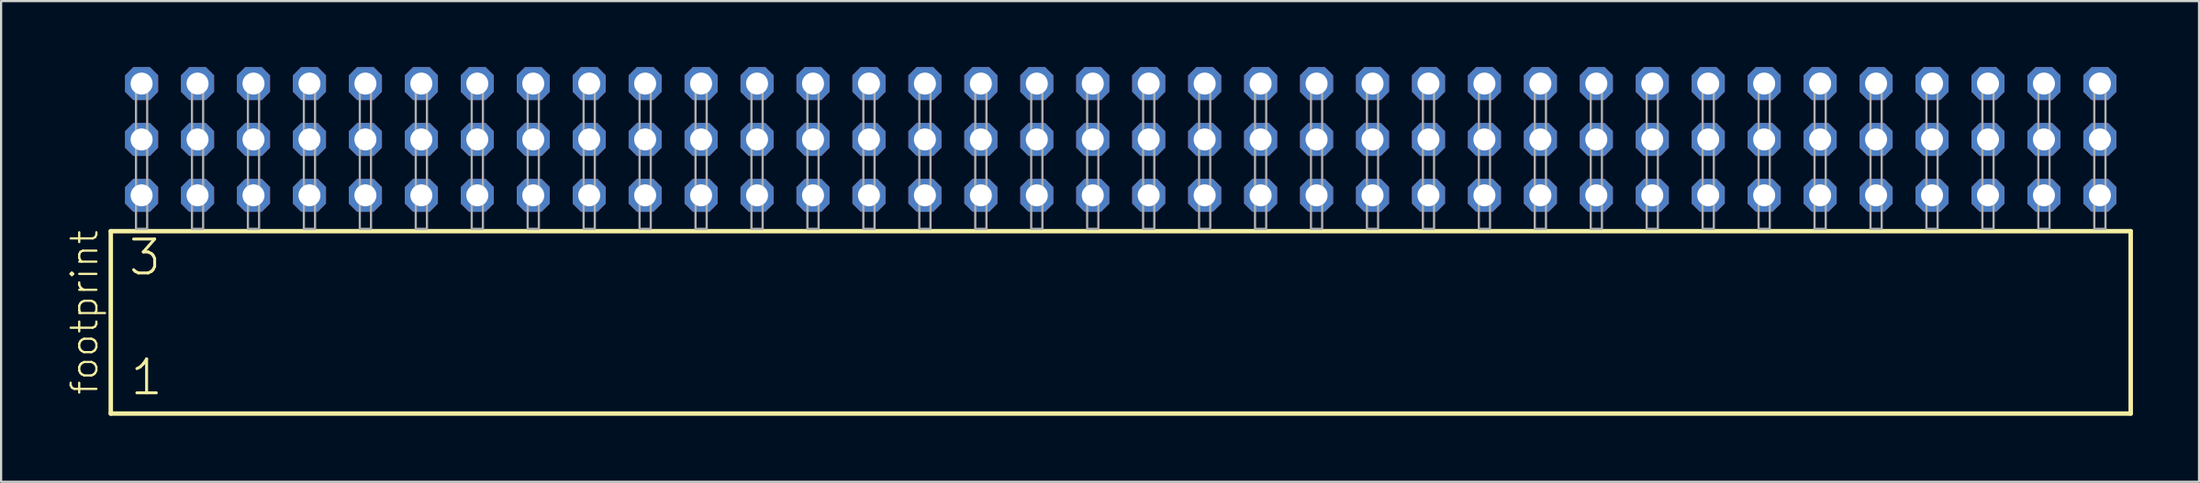
<source format=kicad_pcb>
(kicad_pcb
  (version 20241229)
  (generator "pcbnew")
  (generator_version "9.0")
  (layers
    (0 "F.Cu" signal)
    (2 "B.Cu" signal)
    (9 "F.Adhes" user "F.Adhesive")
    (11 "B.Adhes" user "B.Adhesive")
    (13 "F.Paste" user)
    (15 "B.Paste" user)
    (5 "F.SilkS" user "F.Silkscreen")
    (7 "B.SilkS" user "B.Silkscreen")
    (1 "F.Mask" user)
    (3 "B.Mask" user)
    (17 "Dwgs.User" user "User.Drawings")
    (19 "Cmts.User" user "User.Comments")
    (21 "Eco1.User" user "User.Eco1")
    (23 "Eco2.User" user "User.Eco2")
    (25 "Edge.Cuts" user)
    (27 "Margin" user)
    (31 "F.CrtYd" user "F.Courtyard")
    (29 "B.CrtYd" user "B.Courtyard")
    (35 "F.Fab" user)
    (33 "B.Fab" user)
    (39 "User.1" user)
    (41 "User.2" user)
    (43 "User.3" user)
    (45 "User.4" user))
  (footprint "footprint"
    (layer "F.Cu")
    (at 47.828 7.354)
    (property "Reference" "footprint" (at -46.355 7.62 90) (layer "F.SilkS") (effects (font (size 1.168 1.168) (thickness 0.102)) (justify left bottom)))
    (fp_line (start -45.849 0.106) (end -45.849 8.396) (stroke (width 0.203) (type solid)) (layer "F.SilkS"))
    (fp_line (start -45.849 8.396) (end 45.849 8.396) (stroke (width 0.203) (type solid)) (layer "F.SilkS"))
    (fp_line (start 45.849 0.106) (end -45.849 0.106) (stroke (width 0.203) (type solid)) (layer "F.SilkS"))
    (fp_line (start 45.849 8.396) (end 45.849 0.106) (stroke (width 0.203) (type solid)) (layer "F.SilkS"))
    (fp_poly (pts (xy -44.704 0) (xy -44.196 0) (xy -44.196 -6.858) (xy -44.704 -6.858)) (stroke (width 0.1) (type solid)) (fill no) (layer "F.Fab"))
    (fp_poly (pts (xy -42.164 0) (xy -41.656 0) (xy -41.656 -6.858) (xy -42.164 -6.858)) (stroke (width 0.1) (type solid)) (fill no) (layer "F.Fab"))
    (fp_poly (pts (xy -39.624 0) (xy -39.116 0) (xy -39.116 -6.858) (xy -39.624 -6.858)) (stroke (width 0.1) (type solid)) (fill no) (layer "F.Fab"))
    (fp_poly (pts (xy -37.084 0) (xy -36.576 0) (xy -36.576 -6.858) (xy -37.084 -6.858)) (stroke (width 0.1) (type solid)) (fill no) (layer "F.Fab"))
    (fp_poly (pts (xy -34.544 0) (xy -34.036 0) (xy -34.036 -6.858) (xy -34.544 -6.858)) (stroke (width 0.1) (type solid)) (fill no) (layer "F.Fab"))
    (fp_poly (pts (xy -32.004 0) (xy -31.496 0) (xy -31.496 -6.858) (xy -32.004 -6.858)) (stroke (width 0.1) (type solid)) (fill no) (layer "F.Fab"))
    (fp_poly (pts (xy -29.464 0) (xy -28.956 0) (xy -28.956 -6.858) (xy -29.464 -6.858)) (stroke (width 0.1) (type solid)) (fill no) (layer "F.Fab"))
    (fp_poly (pts (xy -26.924 0) (xy -26.416 0) (xy -26.416 -6.858) (xy -26.924 -6.858)) (stroke (width 0.1) (type solid)) (fill no) (layer "F.Fab"))
    (fp_poly (pts (xy -24.384 0) (xy -23.876 0) (xy -23.876 -6.858) (xy -24.384 -6.858)) (stroke (width 0.1) (type solid)) (fill no) (layer "F.Fab"))
    (fp_poly (pts (xy -21.844 0) (xy -21.336 0) (xy -21.336 -6.858) (xy -21.844 -6.858)) (stroke (width 0.1) (type solid)) (fill no) (layer "F.Fab"))
    (fp_poly (pts (xy -19.304 0) (xy -18.796 0) (xy -18.796 -6.858) (xy -19.304 -6.858)) (stroke (width 0.1) (type solid)) (fill no) (layer "F.Fab"))
    (fp_poly (pts (xy -16.764 0) (xy -16.256 0) (xy -16.256 -6.858) (xy -16.764 -6.858)) (stroke (width 0.1) (type solid)) (fill no) (layer "F.Fab"))
    (fp_poly (pts (xy -14.224 0) (xy -13.716 0) (xy -13.716 -6.858) (xy -14.224 -6.858)) (stroke (width 0.1) (type solid)) (fill no) (layer "F.Fab"))
    (fp_poly (pts (xy -11.684 0) (xy -11.176 0) (xy -11.176 -6.858) (xy -11.684 -6.858)) (stroke (width 0.1) (type solid)) (fill no) (layer "F.Fab"))
    (fp_poly (pts (xy -9.144 0) (xy -8.636 0) (xy -8.636 -6.858) (xy -9.144 -6.858)) (stroke (width 0.1) (type solid)) (fill no) (layer "F.Fab"))
    (fp_poly (pts (xy -6.604 0) (xy -6.096 0) (xy -6.096 -6.858) (xy -6.604 -6.858)) (stroke (width 0.1) (type solid)) (fill no) (layer "F.Fab"))
    (fp_poly (pts (xy -4.064 0) (xy -3.556 0) (xy -3.556 -6.858) (xy -4.064 -6.858)) (stroke (width 0.1) (type solid)) (fill no) (layer "F.Fab"))
    (fp_poly (pts (xy -1.524 0) (xy -1.016 0) (xy -1.016 -6.858) (xy -1.524 -6.858)) (stroke (width 0.1) (type solid)) (fill no) (layer "F.Fab"))
    (fp_poly (pts (xy 1.016 0) (xy 1.524 0) (xy 1.524 -6.858) (xy 1.016 -6.858)) (stroke (width 0.1) (type solid)) (fill no) (layer "F.Fab"))
    (fp_poly (pts (xy 3.556 0) (xy 4.064 0) (xy 4.064 -6.858) (xy 3.556 -6.858)) (stroke (width 0.1) (type solid)) (fill no) (layer "F.Fab"))
    (fp_poly (pts (xy 6.096 0) (xy 6.604 0) (xy 6.604 -6.858) (xy 6.096 -6.858)) (stroke (width 0.1) (type solid)) (fill no) (layer "F.Fab"))
    (fp_poly (pts (xy 8.636 0) (xy 9.144 0) (xy 9.144 -6.858) (xy 8.636 -6.858)) (stroke (width 0.1) (type solid)) (fill no) (layer "F.Fab"))
    (fp_poly (pts (xy 11.176 0) (xy 11.684 0) (xy 11.684 -6.858) (xy 11.176 -6.858)) (stroke (width 0.1) (type solid)) (fill no) (layer "F.Fab"))
    (fp_poly (pts (xy 13.716 0) (xy 14.224 0) (xy 14.224 -6.858) (xy 13.716 -6.858)) (stroke (width 0.1) (type solid)) (fill no) (layer "F.Fab"))
    (fp_poly (pts (xy 16.256 0) (xy 16.764 0) (xy 16.764 -6.858) (xy 16.256 -6.858)) (stroke (width 0.1) (type solid)) (fill no) (layer "F.Fab"))
    (fp_poly (pts (xy 18.796 0) (xy 19.304 0) (xy 19.304 -6.858) (xy 18.796 -6.858)) (stroke (width 0.1) (type solid)) (fill no) (layer "F.Fab"))
    (fp_poly (pts (xy 21.336 0) (xy 21.844 0) (xy 21.844 -6.858) (xy 21.336 -6.858)) (stroke (width 0.1) (type solid)) (fill no) (layer "F.Fab"))
    (fp_poly (pts (xy 23.876 0) (xy 24.384 0) (xy 24.384 -6.858) (xy 23.876 -6.858)) (stroke (width 0.1) (type solid)) (fill no) (layer "F.Fab"))
    (fp_poly (pts (xy 26.416 0) (xy 26.924 0) (xy 26.924 -6.858) (xy 26.416 -6.858)) (stroke (width 0.1) (type solid)) (fill no) (layer "F.Fab"))
    (fp_poly (pts (xy 28.956 0) (xy 29.464 0) (xy 29.464 -6.858) (xy 28.956 -6.858)) (stroke (width 0.1) (type solid)) (fill no) (layer "F.Fab"))
    (fp_poly (pts (xy 31.496 0) (xy 32.004 0) (xy 32.004 -6.858) (xy 31.496 -6.858)) (stroke (width 0.1) (type solid)) (fill no) (layer "F.Fab"))
    (fp_poly (pts (xy 34.036 0) (xy 34.544 0) (xy 34.544 -6.858) (xy 34.036 -6.858)) (stroke (width 0.1) (type solid)) (fill no) (layer "F.Fab"))
    (fp_poly (pts (xy 36.576 0) (xy 37.084 0) (xy 37.084 -6.858) (xy 36.576 -6.858)) (stroke (width 0.1) (type solid)) (fill no) (layer "F.Fab"))
    (fp_poly (pts (xy 39.116 0) (xy 39.624 0) (xy 39.624 -6.858) (xy 39.116 -6.858)) (stroke (width 0.1) (type solid)) (fill no) (layer "F.Fab"))
    (fp_poly (pts (xy 41.656 0) (xy 42.164 0) (xy 42.164 -6.858) (xy 41.656 -6.858)) (stroke (width 0.1) (type solid)) (fill no) (layer "F.Fab"))
    (fp_poly (pts (xy 44.196 0) (xy 44.704 0) (xy 44.704 -6.858) (xy 44.196 -6.858)) (stroke (width 0.1) (type solid)) (fill no) (layer "F.Fab"))
    (fp_text user "3" (at -45.12 2.2 0) (layer "F.SilkS") (effects (font (size 1.542 1.542) (thickness 0.134)) (justify left bottom)))
    (fp_text user "1" (at -45.045 7.65 0) (layer "F.SilkS") (effects (font (size 1.542 1.542) (thickness 0.134)) (justify left bottom)))
    (pad "1" thru_hole roundrect (at -44.45 -1.524) (size 1.5 1.5) (drill 1) (layers "*.Cu" "*.Mask") (roundrect_rratio 0.25) (chamfer_ratio 0.25) (chamfer top_left top_right bottom_left bottom_right))
    (pad "2" thru_hole roundrect (at -44.45 -4.064) (size 1.5 1.5) (drill 1) (layers "*.Cu" "*.Mask") (roundrect_rratio 0.25) (chamfer_ratio 0.25) (chamfer top_left top_right bottom_left bottom_right))
    (pad "3" thru_hole roundrect (at -44.45 -6.604) (size 1.5 1.5) (drill 1) (layers "*.Cu" "*.Mask") (roundrect_rratio 0.25) (chamfer_ratio 0.25) (chamfer top_left top_right bottom_left bottom_right))
    (pad "4" thru_hole roundrect (at -41.91 -1.524) (size 1.5 1.5) (drill 1) (layers "*.Cu" "*.Mask") (roundrect_rratio 0.25) (chamfer_ratio 0.25) (chamfer top_left top_right bottom_left bottom_right))
    (pad "5" thru_hole roundrect (at -41.91 -4.064) (size 1.5 1.5) (drill 1) (layers "*.Cu" "*.Mask") (roundrect_rratio 0.25) (chamfer_ratio 0.25) (chamfer top_left top_right bottom_left bottom_right))
    (pad "6" thru_hole roundrect (at -41.91 -6.604) (size 1.5 1.5) (drill 1) (layers "*.Cu" "*.Mask") (roundrect_rratio 0.25) (chamfer_ratio 0.25) (chamfer top_left top_right bottom_left bottom_right))
    (pad "7" thru_hole roundrect (at -39.37 -1.524) (size 1.5 1.5) (drill 1) (layers "*.Cu" "*.Mask") (roundrect_rratio 0.25) (chamfer_ratio 0.25) (chamfer top_left top_right bottom_left bottom_right))
    (pad "8" thru_hole roundrect (at -39.37 -4.064) (size 1.5 1.5) (drill 1) (layers "*.Cu" "*.Mask") (roundrect_rratio 0.25) (chamfer_ratio 0.25) (chamfer top_left top_right bottom_left bottom_right))
    (pad "9" thru_hole roundrect (at -39.37 -6.604) (size 1.5 1.5) (drill 1) (layers "*.Cu" "*.Mask") (roundrect_rratio 0.25) (chamfer_ratio 0.25) (chamfer top_left top_right bottom_left bottom_right))
    (pad "10" thru_hole roundrect (at -36.83 -1.524) (size 1.5 1.5) (drill 1) (layers "*.Cu" "*.Mask") (roundrect_rratio 0.25) (chamfer_ratio 0.25) (chamfer top_left top_right bottom_left bottom_right))
    (pad "11" thru_hole roundrect (at -36.83 -4.064) (size 1.5 1.5) (drill 1) (layers "*.Cu" "*.Mask") (roundrect_rratio 0.25) (chamfer_ratio 0.25) (chamfer top_left top_right bottom_left bottom_right))
    (pad "12" thru_hole roundrect (at -36.83 -6.604) (size 1.5 1.5) (drill 1) (layers "*.Cu" "*.Mask") (roundrect_rratio 0.25) (chamfer_ratio 0.25) (chamfer top_left top_right bottom_left bottom_right))
    (pad "13" thru_hole roundrect (at -34.29 -1.524) (size 1.5 1.5) (drill 1) (layers "*.Cu" "*.Mask") (roundrect_rratio 0.25) (chamfer_ratio 0.25) (chamfer top_left top_right bottom_left bottom_right))
    (pad "14" thru_hole roundrect (at -34.29 -4.064) (size 1.5 1.5) (drill 1) (layers "*.Cu" "*.Mask") (roundrect_rratio 0.25) (chamfer_ratio 0.25) (chamfer top_left top_right bottom_left bottom_right))
    (pad "15" thru_hole roundrect (at -34.29 -6.604) (size 1.5 1.5) (drill 1) (layers "*.Cu" "*.Mask") (roundrect_rratio 0.25) (chamfer_ratio 0.25) (chamfer top_left top_right bottom_left bottom_right))
    (pad "16" thru_hole roundrect (at -31.75 -1.524) (size 1.5 1.5) (drill 1) (layers "*.Cu" "*.Mask") (roundrect_rratio 0.25) (chamfer_ratio 0.25) (chamfer top_left top_right bottom_left bottom_right))
    (pad "17" thru_hole roundrect (at -31.75 -4.064) (size 1.5 1.5) (drill 1) (layers "*.Cu" "*.Mask") (roundrect_rratio 0.25) (chamfer_ratio 0.25) (chamfer top_left top_right bottom_left bottom_right))
    (pad "18" thru_hole roundrect (at -31.75 -6.604) (size 1.5 1.5) (drill 1) (layers "*.Cu" "*.Mask") (roundrect_rratio 0.25) (chamfer_ratio 0.25) (chamfer top_left top_right bottom_left bottom_right))
    (pad "19" thru_hole roundrect (at -29.21 -1.524) (size 1.5 1.5) (drill 1) (layers "*.Cu" "*.Mask") (roundrect_rratio 0.25) (chamfer_ratio 0.25) (chamfer top_left top_right bottom_left bottom_right))
    (pad "20" thru_hole roundrect (at -29.21 -4.064) (size 1.5 1.5) (drill 1) (layers "*.Cu" "*.Mask") (roundrect_rratio 0.25) (chamfer_ratio 0.25) (chamfer top_left top_right bottom_left bottom_right))
    (pad "21" thru_hole roundrect (at -29.21 -6.604) (size 1.5 1.5) (drill 1) (layers "*.Cu" "*.Mask") (roundrect_rratio 0.25) (chamfer_ratio 0.25) (chamfer top_left top_right bottom_left bottom_right))
    (pad "22" thru_hole roundrect (at -26.67 -1.524) (size 1.5 1.5) (drill 1) (layers "*.Cu" "*.Mask") (roundrect_rratio 0.25) (chamfer_ratio 0.25) (chamfer top_left top_right bottom_left bottom_right))
    (pad "23" thru_hole roundrect (at -26.67 -4.064) (size 1.5 1.5) (drill 1) (layers "*.Cu" "*.Mask") (roundrect_rratio 0.25) (chamfer_ratio 0.25) (chamfer top_left top_right bottom_left bottom_right))
    (pad "24" thru_hole roundrect (at -26.67 -6.604) (size 1.5 1.5) (drill 1) (layers "*.Cu" "*.Mask") (roundrect_rratio 0.25) (chamfer_ratio 0.25) (chamfer top_left top_right bottom_left bottom_right))
    (pad "25" thru_hole roundrect (at -24.13 -1.524) (size 1.5 1.5) (drill 1) (layers "*.Cu" "*.Mask") (roundrect_rratio 0.25) (chamfer_ratio 0.25) (chamfer top_left top_right bottom_left bottom_right))
    (pad "26" thru_hole roundrect (at -24.13 -4.064) (size 1.5 1.5) (drill 1) (layers "*.Cu" "*.Mask") (roundrect_rratio 0.25) (chamfer_ratio 0.25) (chamfer top_left top_right bottom_left bottom_right))
    (pad "27" thru_hole roundrect (at -24.13 -6.604) (size 1.5 1.5) (drill 1) (layers "*.Cu" "*.Mask") (roundrect_rratio 0.25) (chamfer_ratio 0.25) (chamfer top_left top_right bottom_left bottom_right))
    (pad "28" thru_hole roundrect (at -21.59 -1.524) (size 1.5 1.5) (drill 1) (layers "*.Cu" "*.Mask") (roundrect_rratio 0.25) (chamfer_ratio 0.25) (chamfer top_left top_right bottom_left bottom_right))
    (pad "29" thru_hole roundrect (at -21.59 -4.064) (size 1.5 1.5) (drill 1) (layers "*.Cu" "*.Mask") (roundrect_rratio 0.25) (chamfer_ratio 0.25) (chamfer top_left top_right bottom_left bottom_right))
    (pad "30" thru_hole roundrect (at -21.59 -6.604) (size 1.5 1.5) (drill 1) (layers "*.Cu" "*.Mask") (roundrect_rratio 0.25) (chamfer_ratio 0.25) (chamfer top_left top_right bottom_left bottom_right))
    (pad "31" thru_hole roundrect (at -19.05 -1.524) (size 1.5 1.5) (drill 1) (layers "*.Cu" "*.Mask") (roundrect_rratio 0.25) (chamfer_ratio 0.25) (chamfer top_left top_right bottom_left bottom_right))
    (pad "32" thru_hole roundrect (at -19.05 -4.064) (size 1.5 1.5) (drill 1) (layers "*.Cu" "*.Mask") (roundrect_rratio 0.25) (chamfer_ratio 0.25) (chamfer top_left top_right bottom_left bottom_right))
    (pad "33" thru_hole roundrect (at -19.05 -6.604) (size 1.5 1.5) (drill 1) (layers "*.Cu" "*.Mask") (roundrect_rratio 0.25) (chamfer_ratio 0.25) (chamfer top_left top_right bottom_left bottom_right))
    (pad "34" thru_hole roundrect (at -16.51 -1.524) (size 1.5 1.5) (drill 1) (layers "*.Cu" "*.Mask") (roundrect_rratio 0.25) (chamfer_ratio 0.25) (chamfer top_left top_right bottom_left bottom_right))
    (pad "35" thru_hole roundrect (at -16.51 -4.064) (size 1.5 1.5) (drill 1) (layers "*.Cu" "*.Mask") (roundrect_rratio 0.25) (chamfer_ratio 0.25) (chamfer top_left top_right bottom_left bottom_right))
    (pad "36" thru_hole roundrect (at -16.51 -6.604) (size 1.5 1.5) (drill 1) (layers "*.Cu" "*.Mask") (roundrect_rratio 0.25) (chamfer_ratio 0.25) (chamfer top_left top_right bottom_left bottom_right))
    (pad "37" thru_hole roundrect (at -13.97 -1.524) (size 1.5 1.5) (drill 1) (layers "*.Cu" "*.Mask") (roundrect_rratio 0.25) (chamfer_ratio 0.25) (chamfer top_left top_right bottom_left bottom_right))
    (pad "38" thru_hole roundrect (at -13.97 -4.064) (size 1.5 1.5) (drill 1) (layers "*.Cu" "*.Mask") (roundrect_rratio 0.25) (chamfer_ratio 0.25) (chamfer top_left top_right bottom_left bottom_right))
    (pad "39" thru_hole roundrect (at -13.97 -6.604) (size 1.5 1.5) (drill 1) (layers "*.Cu" "*.Mask") (roundrect_rratio 0.25) (chamfer_ratio 0.25) (chamfer top_left top_right bottom_left bottom_right))
    (pad "40" thru_hole roundrect (at -11.43 -1.524) (size 1.5 1.5) (drill 1) (layers "*.Cu" "*.Mask") (roundrect_rratio 0.25) (chamfer_ratio 0.25) (chamfer top_left top_right bottom_left bottom_right))
    (pad "41" thru_hole roundrect (at -11.43 -4.064) (size 1.5 1.5) (drill 1) (layers "*.Cu" "*.Mask") (roundrect_rratio 0.25) (chamfer_ratio 0.25) (chamfer top_left top_right bottom_left bottom_right))
    (pad "42" thru_hole roundrect (at -11.43 -6.604) (size 1.5 1.5) (drill 1) (layers "*.Cu" "*.Mask") (roundrect_rratio 0.25) (chamfer_ratio 0.25) (chamfer top_left top_right bottom_left bottom_right))
    (pad "43" thru_hole roundrect (at -8.89 -1.524) (size 1.5 1.5) (drill 1) (layers "*.Cu" "*.Mask") (roundrect_rratio 0.25) (chamfer_ratio 0.25) (chamfer top_left top_right bottom_left bottom_right))
    (pad "44" thru_hole roundrect (at -8.89 -4.064) (size 1.5 1.5) (drill 1) (layers "*.Cu" "*.Mask") (roundrect_rratio 0.25) (chamfer_ratio 0.25) (chamfer top_left top_right bottom_left bottom_right))
    (pad "45" thru_hole roundrect (at -8.89 -6.604) (size 1.5 1.5) (drill 1) (layers "*.Cu" "*.Mask") (roundrect_rratio 0.25) (chamfer_ratio 0.25) (chamfer top_left top_right bottom_left bottom_right))
    (pad "46" thru_hole roundrect (at -6.35 -1.524) (size 1.5 1.5) (drill 1) (layers "*.Cu" "*.Mask") (roundrect_rratio 0.25) (chamfer_ratio 0.25) (chamfer top_left top_right bottom_left bottom_right))
    (pad "47" thru_hole roundrect (at -6.35 -4.064) (size 1.5 1.5) (drill 1) (layers "*.Cu" "*.Mask") (roundrect_rratio 0.25) (chamfer_ratio 0.25) (chamfer top_left top_right bottom_left bottom_right))
    (pad "48" thru_hole roundrect (at -6.35 -6.604) (size 1.5 1.5) (drill 1) (layers "*.Cu" "*.Mask") (roundrect_rratio 0.25) (chamfer_ratio 0.25) (chamfer top_left top_right bottom_left bottom_right))
    (pad "49" thru_hole roundrect (at -3.81 -1.524) (size 1.5 1.5) (drill 1) (layers "*.Cu" "*.Mask") (roundrect_rratio 0.25) (chamfer_ratio 0.25) (chamfer top_left top_right bottom_left bottom_right))
    (pad "50" thru_hole roundrect (at -3.81 -4.064) (size 1.5 1.5) (drill 1) (layers "*.Cu" "*.Mask") (roundrect_rratio 0.25) (chamfer_ratio 0.25) (chamfer top_left top_right bottom_left bottom_right))
    (pad "51" thru_hole roundrect (at -3.81 -6.604) (size 1.5 1.5) (drill 1) (layers "*.Cu" "*.Mask") (roundrect_rratio 0.25) (chamfer_ratio 0.25) (chamfer top_left top_right bottom_left bottom_right))
    (pad "52" thru_hole roundrect (at -1.27 -1.524) (size 1.5 1.5) (drill 1) (layers "*.Cu" "*.Mask") (roundrect_rratio 0.25) (chamfer_ratio 0.25) (chamfer top_left top_right bottom_left bottom_right))
    (pad "53" thru_hole roundrect (at -1.27 -4.064) (size 1.5 1.5) (drill 1) (layers "*.Cu" "*.Mask") (roundrect_rratio 0.25) (chamfer_ratio 0.25) (chamfer top_left top_right bottom_left bottom_right))
    (pad "54" thru_hole roundrect (at -1.27 -6.604) (size 1.5 1.5) (drill 1) (layers "*.Cu" "*.Mask") (roundrect_rratio 0.25) (chamfer_ratio 0.25) (chamfer top_left top_right bottom_left bottom_right))
    (pad "55" thru_hole roundrect (at 1.27 -1.524) (size 1.5 1.5) (drill 1) (layers "*.Cu" "*.Mask") (roundrect_rratio 0.25) (chamfer_ratio 0.25) (chamfer top_left top_right bottom_left bottom_right))
    (pad "56" thru_hole roundrect (at 1.27 -4.064) (size 1.5 1.5) (drill 1) (layers "*.Cu" "*.Mask") (roundrect_rratio 0.25) (chamfer_ratio 0.25) (chamfer top_left top_right bottom_left bottom_right))
    (pad "57" thru_hole roundrect (at 1.27 -6.604) (size 1.5 1.5) (drill 1) (layers "*.Cu" "*.Mask") (roundrect_rratio 0.25) (chamfer_ratio 0.25) (chamfer top_left top_right bottom_left bottom_right))
    (pad "58" thru_hole roundrect (at 3.81 -1.524) (size 1.5 1.5) (drill 1) (layers "*.Cu" "*.Mask") (roundrect_rratio 0.25) (chamfer_ratio 0.25) (chamfer top_left top_right bottom_left bottom_right))
    (pad "59" thru_hole roundrect (at 3.81 -4.064) (size 1.5 1.5) (drill 1) (layers "*.Cu" "*.Mask") (roundrect_rratio 0.25) (chamfer_ratio 0.25) (chamfer top_left top_right bottom_left bottom_right))
    (pad "60" thru_hole roundrect (at 3.81 -6.604) (size 1.5 1.5) (drill 1) (layers "*.Cu" "*.Mask") (roundrect_rratio 0.25) (chamfer_ratio 0.25) (chamfer top_left top_right bottom_left bottom_right))
    (pad "61" thru_hole roundrect (at 6.35 -1.524) (size 1.5 1.5) (drill 1) (layers "*.Cu" "*.Mask") (roundrect_rratio 0.25) (chamfer_ratio 0.25) (chamfer top_left top_right bottom_left bottom_right))
    (pad "62" thru_hole roundrect (at 6.35 -4.064) (size 1.5 1.5) (drill 1) (layers "*.Cu" "*.Mask") (roundrect_rratio 0.25) (chamfer_ratio 0.25) (chamfer top_left top_right bottom_left bottom_right))
    (pad "63" thru_hole roundrect (at 6.35 -6.604) (size 1.5 1.5) (drill 1) (layers "*.Cu" "*.Mask") (roundrect_rratio 0.25) (chamfer_ratio 0.25) (chamfer top_left top_right bottom_left bottom_right))
    (pad "64" thru_hole roundrect (at 8.89 -1.524) (size 1.5 1.5) (drill 1) (layers "*.Cu" "*.Mask") (roundrect_rratio 0.25) (chamfer_ratio 0.25) (chamfer top_left top_right bottom_left bottom_right))
    (pad "65" thru_hole roundrect (at 8.89 -4.064) (size 1.5 1.5) (drill 1) (layers "*.Cu" "*.Mask") (roundrect_rratio 0.25) (chamfer_ratio 0.25) (chamfer top_left top_right bottom_left bottom_right))
    (pad "66" thru_hole roundrect (at 8.89 -6.604) (size 1.5 1.5) (drill 1) (layers "*.Cu" "*.Mask") (roundrect_rratio 0.25) (chamfer_ratio 0.25) (chamfer top_left top_right bottom_left bottom_right))
    (pad "67" thru_hole roundrect (at 11.43 -1.524) (size 1.5 1.5) (drill 1) (layers "*.Cu" "*.Mask") (roundrect_rratio 0.25) (chamfer_ratio 0.25) (chamfer top_left top_right bottom_left bottom_right))
    (pad "68" thru_hole roundrect (at 11.43 -4.064) (size 1.5 1.5) (drill 1) (layers "*.Cu" "*.Mask") (roundrect_rratio 0.25) (chamfer_ratio 0.25) (chamfer top_left top_right bottom_left bottom_right))
    (pad "69" thru_hole roundrect (at 11.43 -6.604) (size 1.5 1.5) (drill 1) (layers "*.Cu" "*.Mask") (roundrect_rratio 0.25) (chamfer_ratio 0.25) (chamfer top_left top_right bottom_left bottom_right))
    (pad "70" thru_hole roundrect (at 13.97 -1.524) (size 1.5 1.5) (drill 1) (layers "*.Cu" "*.Mask") (roundrect_rratio 0.25) (chamfer_ratio 0.25) (chamfer top_left top_right bottom_left bottom_right))
    (pad "71" thru_hole roundrect (at 13.97 -4.064) (size 1.5 1.5) (drill 1) (layers "*.Cu" "*.Mask") (roundrect_rratio 0.25) (chamfer_ratio 0.25) (chamfer top_left top_right bottom_left bottom_right))
    (pad "72" thru_hole roundrect (at 13.97 -6.604) (size 1.5 1.5) (drill 1) (layers "*.Cu" "*.Mask") (roundrect_rratio 0.25) (chamfer_ratio 0.25) (chamfer top_left top_right bottom_left bottom_right))
    (pad "73" thru_hole roundrect (at 16.51 -1.524) (size 1.5 1.5) (drill 1) (layers "*.Cu" "*.Mask") (roundrect_rratio 0.25) (chamfer_ratio 0.25) (chamfer top_left top_right bottom_left bottom_right))
    (pad "74" thru_hole roundrect (at 16.51 -4.064) (size 1.5 1.5) (drill 1) (layers "*.Cu" "*.Mask") (roundrect_rratio 0.25) (chamfer_ratio 0.25) (chamfer top_left top_right bottom_left bottom_right))
    (pad "75" thru_hole roundrect (at 16.51 -6.604) (size 1.5 1.5) (drill 1) (layers "*.Cu" "*.Mask") (roundrect_rratio 0.25) (chamfer_ratio 0.25) (chamfer top_left top_right bottom_left bottom_right))
    (pad "76" thru_hole roundrect (at 19.05 -1.524) (size 1.5 1.5) (drill 1) (layers "*.Cu" "*.Mask") (roundrect_rratio 0.25) (chamfer_ratio 0.25) (chamfer top_left top_right bottom_left bottom_right))
    (pad "77" thru_hole roundrect (at 19.05 -4.064) (size 1.5 1.5) (drill 1) (layers "*.Cu" "*.Mask") (roundrect_rratio 0.25) (chamfer_ratio 0.25) (chamfer top_left top_right bottom_left bottom_right))
    (pad "78" thru_hole roundrect (at 19.05 -6.604) (size 1.5 1.5) (drill 1) (layers "*.Cu" "*.Mask") (roundrect_rratio 0.25) (chamfer_ratio 0.25) (chamfer top_left top_right bottom_left bottom_right))
    (pad "79" thru_hole roundrect (at 21.59 -1.524) (size 1.5 1.5) (drill 1) (layers "*.Cu" "*.Mask") (roundrect_rratio 0.25) (chamfer_ratio 0.25) (chamfer top_left top_right bottom_left bottom_right))
    (pad "80" thru_hole roundrect (at 21.59 -4.064) (size 1.5 1.5) (drill 1) (layers "*.Cu" "*.Mask") (roundrect_rratio 0.25) (chamfer_ratio 0.25) (chamfer top_left top_right bottom_left bottom_right))
    (pad "81" thru_hole roundrect (at 21.59 -6.604) (size 1.5 1.5) (drill 1) (layers "*.Cu" "*.Mask") (roundrect_rratio 0.25) (chamfer_ratio 0.25) (chamfer top_left top_right bottom_left bottom_right))
    (pad "82" thru_hole roundrect (at 24.13 -1.524) (size 1.5 1.5) (drill 1) (layers "*.Cu" "*.Mask") (roundrect_rratio 0.25) (chamfer_ratio 0.25) (chamfer top_left top_right bottom_left bottom_right))
    (pad "83" thru_hole roundrect (at 24.13 -4.064) (size 1.5 1.5) (drill 1) (layers "*.Cu" "*.Mask") (roundrect_rratio 0.25) (chamfer_ratio 0.25) (chamfer top_left top_right bottom_left bottom_right))
    (pad "84" thru_hole roundrect (at 24.13 -6.604) (size 1.5 1.5) (drill 1) (layers "*.Cu" "*.Mask") (roundrect_rratio 0.25) (chamfer_ratio 0.25) (chamfer top_left top_right bottom_left bottom_right))
    (pad "85" thru_hole roundrect (at 26.67 -1.524) (size 1.5 1.5) (drill 1) (layers "*.Cu" "*.Mask") (roundrect_rratio 0.25) (chamfer_ratio 0.25) (chamfer top_left top_right bottom_left bottom_right))
    (pad "86" thru_hole roundrect (at 26.67 -4.064) (size 1.5 1.5) (drill 1) (layers "*.Cu" "*.Mask") (roundrect_rratio 0.25) (chamfer_ratio 0.25) (chamfer top_left top_right bottom_left bottom_right))
    (pad "87" thru_hole roundrect (at 26.67 -6.604) (size 1.5 1.5) (drill 1) (layers "*.Cu" "*.Mask") (roundrect_rratio 0.25) (chamfer_ratio 0.25) (chamfer top_left top_right bottom_left bottom_right))
    (pad "88" thru_hole roundrect (at 29.21 -1.524) (size 1.5 1.5) (drill 1) (layers "*.Cu" "*.Mask") (roundrect_rratio 0.25) (chamfer_ratio 0.25) (chamfer top_left top_right bottom_left bottom_right))
    (pad "89" thru_hole roundrect (at 29.21 -4.064) (size 1.5 1.5) (drill 1) (layers "*.Cu" "*.Mask") (roundrect_rratio 0.25) (chamfer_ratio 0.25) (chamfer top_left top_right bottom_left bottom_right))
    (pad "90" thru_hole roundrect (at 29.21 -6.604) (size 1.5 1.5) (drill 1) (layers "*.Cu" "*.Mask") (roundrect_rratio 0.25) (chamfer_ratio 0.25) (chamfer top_left top_right bottom_left bottom_right))
    (pad "91" thru_hole roundrect (at 31.75 -1.524) (size 1.5 1.5) (drill 1) (layers "*.Cu" "*.Mask") (roundrect_rratio 0.25) (chamfer_ratio 0.25) (chamfer top_left top_right bottom_left bottom_right))
    (pad "92" thru_hole roundrect (at 31.75 -4.064) (size 1.5 1.5) (drill 1) (layers "*.Cu" "*.Mask") (roundrect_rratio 0.25) (chamfer_ratio 0.25) (chamfer top_left top_right bottom_left bottom_right))
    (pad "93" thru_hole roundrect (at 31.75 -6.604) (size 1.5 1.5) (drill 1) (layers "*.Cu" "*.Mask") (roundrect_rratio 0.25) (chamfer_ratio 0.25) (chamfer top_left top_right bottom_left bottom_right))
    (pad "94" thru_hole roundrect (at 34.29 -1.524) (size 1.5 1.5) (drill 1) (layers "*.Cu" "*.Mask") (roundrect_rratio 0.25) (chamfer_ratio 0.25) (chamfer top_left top_right bottom_left bottom_right))
    (pad "95" thru_hole roundrect (at 34.29 -4.064) (size 1.5 1.5) (drill 1) (layers "*.Cu" "*.Mask") (roundrect_rratio 0.25) (chamfer_ratio 0.25) (chamfer top_left top_right bottom_left bottom_right))
    (pad "96" thru_hole roundrect (at 34.29 -6.604) (size 1.5 1.5) (drill 1) (layers "*.Cu" "*.Mask") (roundrect_rratio 0.25) (chamfer_ratio 0.25) (chamfer top_left top_right bottom_left bottom_right))
    (pad "97" thru_hole roundrect (at 36.83 -1.524) (size 1.5 1.5) (drill 1) (layers "*.Cu" "*.Mask") (roundrect_rratio 0.25) (chamfer_ratio 0.25) (chamfer top_left top_right bottom_left bottom_right))
    (pad "98" thru_hole roundrect (at 36.83 -4.064) (size 1.5 1.5) (drill 1) (layers "*.Cu" "*.Mask") (roundrect_rratio 0.25) (chamfer_ratio 0.25) (chamfer top_left top_right bottom_left bottom_right))
    (pad "99" thru_hole roundrect (at 36.83 -6.604) (size 1.5 1.5) (drill 1) (layers "*.Cu" "*.Mask") (roundrect_rratio 0.25) (chamfer_ratio 0.25) (chamfer top_left top_right bottom_left bottom_right))
    (pad "100" thru_hole roundrect (at 39.37 -1.524) (size 1.5 1.5) (drill 1) (layers "*.Cu" "*.Mask") (roundrect_rratio 0.25) (chamfer_ratio 0.25) (chamfer top_left top_right bottom_left bottom_right))
    (pad "101" thru_hole roundrect (at 39.37 -4.064) (size 1.5 1.5) (drill 1) (layers "*.Cu" "*.Mask") (roundrect_rratio 0.25) (chamfer_ratio 0.25) (chamfer top_left top_right bottom_left bottom_right))
    (pad "102" thru_hole roundrect (at 39.37 -6.604) (size 1.5 1.5) (drill 1) (layers "*.Cu" "*.Mask") (roundrect_rratio 0.25) (chamfer_ratio 0.25) (chamfer top_left top_right bottom_left bottom_right))
    (pad "103" thru_hole roundrect (at 41.91 -1.524) (size 1.5 1.5) (drill 1) (layers "*.Cu" "*.Mask") (roundrect_rratio 0.25) (chamfer_ratio 0.25) (chamfer top_left top_right bottom_left bottom_right))
    (pad "104" thru_hole roundrect (at 41.91 -4.064) (size 1.5 1.5) (drill 1) (layers "*.Cu" "*.Mask") (roundrect_rratio 0.25) (chamfer_ratio 0.25) (chamfer top_left top_right bottom_left bottom_right))
    (pad "105" thru_hole roundrect (at 41.91 -6.604) (size 1.5 1.5) (drill 1) (layers "*.Cu" "*.Mask") (roundrect_rratio 0.25) (chamfer_ratio 0.25) (chamfer top_left top_right bottom_left bottom_right))
    (pad "106" thru_hole roundrect (at 44.45 -1.524) (size 1.5 1.5) (drill 1) (layers "*.Cu" "*.Mask") (roundrect_rratio 0.25) (chamfer_ratio 0.25) (chamfer top_left top_right bottom_left bottom_right))
    (pad "107" thru_hole roundrect (at 44.45 -4.064) (size 1.5 1.5) (drill 1) (layers "*.Cu" "*.Mask") (roundrect_rratio 0.25) (chamfer_ratio 0.25) (chamfer top_left top_right bottom_left bottom_right))
    (pad "108" thru_hole roundrect (at 44.45 -6.604) (size 1.5 1.5) (drill 1) (layers "*.Cu" "*.Mask") (roundrect_rratio 0.25) (chamfer_ratio 0.25) (chamfer top_left top_right bottom_left bottom_right)))
  (gr_rect
    (start -3 -3)
    (end 96.779 18.852)
    (stroke (width 0.1) (type default))
    (fill no)
    (layer "Edge.Cuts")))
</source>
